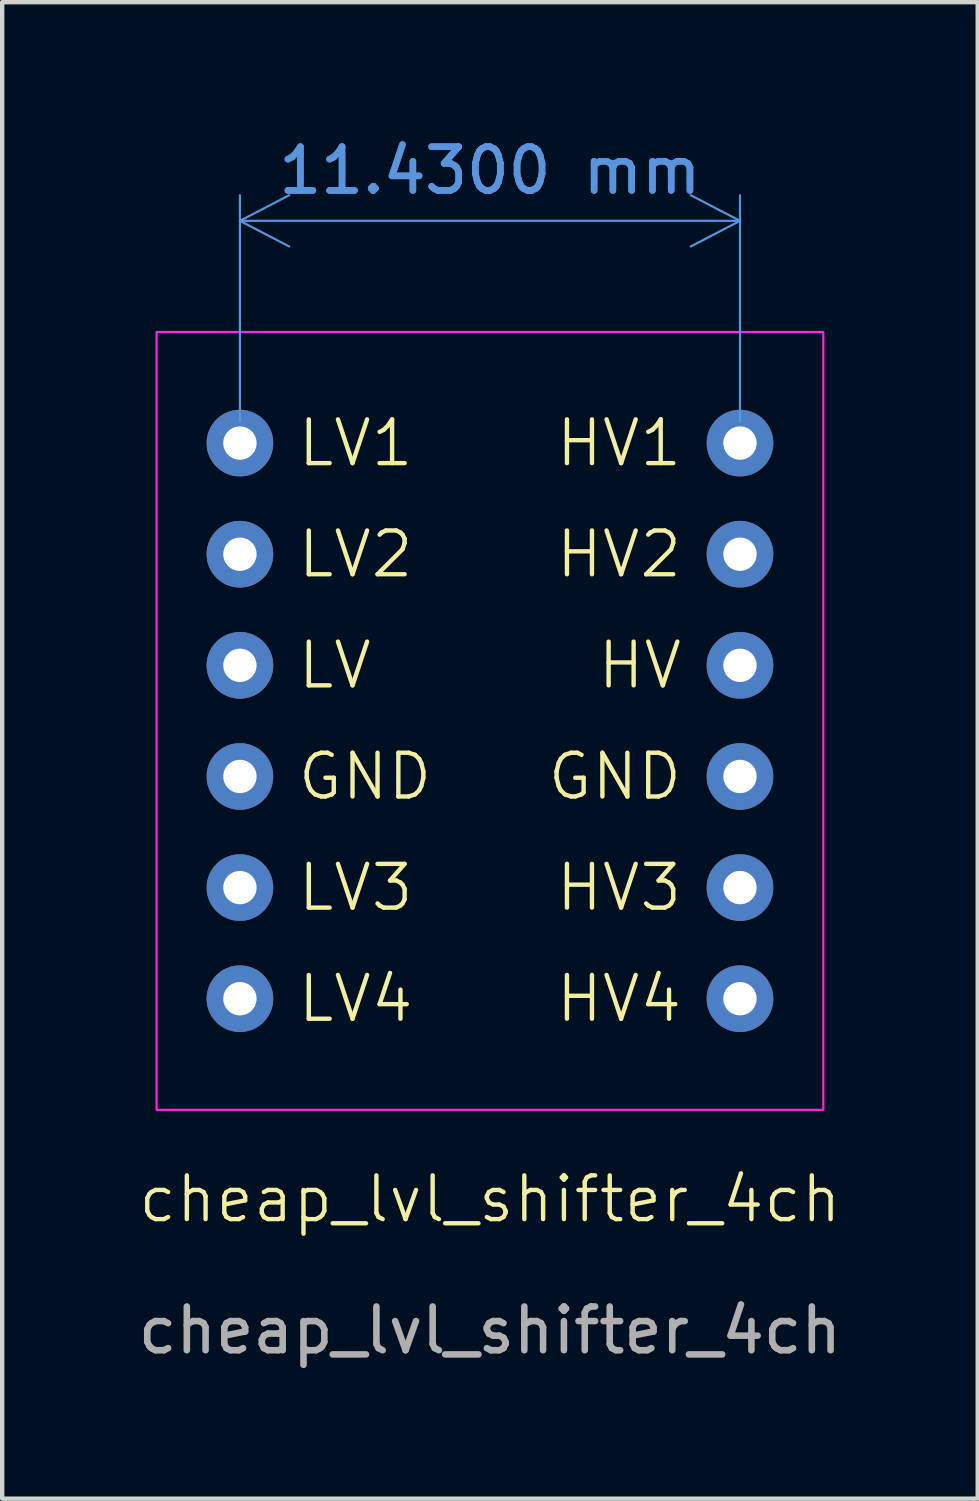
<source format=kicad_pcb>
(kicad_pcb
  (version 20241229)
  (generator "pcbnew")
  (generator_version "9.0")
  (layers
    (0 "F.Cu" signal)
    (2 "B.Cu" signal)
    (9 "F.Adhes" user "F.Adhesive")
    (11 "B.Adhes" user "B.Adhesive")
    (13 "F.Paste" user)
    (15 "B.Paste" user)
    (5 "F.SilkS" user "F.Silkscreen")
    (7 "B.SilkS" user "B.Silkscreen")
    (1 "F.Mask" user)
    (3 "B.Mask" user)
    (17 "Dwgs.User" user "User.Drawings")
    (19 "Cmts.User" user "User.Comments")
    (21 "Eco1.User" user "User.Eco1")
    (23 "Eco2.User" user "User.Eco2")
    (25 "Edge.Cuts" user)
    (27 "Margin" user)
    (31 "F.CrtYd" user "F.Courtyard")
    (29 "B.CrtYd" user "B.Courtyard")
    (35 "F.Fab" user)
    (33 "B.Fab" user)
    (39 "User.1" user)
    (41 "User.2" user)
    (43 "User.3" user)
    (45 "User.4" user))
  (footprint "cheap_lvl_shifter_4ch"
    (layer "F.Cu")
    (at 8.149 24.858)
    (property "Reference" "cheap_lvl_shifter_4ch" (at 0 -0.5 0) (unlocked yes) (layer "F.SilkS") (effects (font (size 1 1) (thickness 0.1))))
    (attr through_hole)
    (fp_rect (start -7.62 -20.32) (end 7.62 -2.54) (stroke (width 0.05) (type default)) (fill no) (layer "F.CrtYd"))
    (fp_text user "HV3" (at 4.445 -7.62 0) (unlocked yes) (layer "F.SilkS") (effects (font (size 1 1) (thickness 0.1)) (justify right)))
    (fp_text user "LV4" (at -4.445 -5.08 0) (unlocked yes) (layer "F.SilkS") (effects (font (size 1 1) (thickness 0.1)) (justify left)))
    (fp_text user "LV1" (at -4.445 -17.78 0) (unlocked yes) (layer "F.SilkS") (effects (font (size 1 1) (thickness 0.1)) (justify left)))
    (fp_text user "LV" (at -4.445 -12.7 0) (unlocked yes) (layer "F.SilkS") (effects (font (size 1 1) (thickness 0.1)) (justify left)))
    (fp_text user "HV4" (at 4.445 -5.08 0) (unlocked yes) (layer "F.SilkS") (effects (font (size 1 1) (thickness 0.1)) (justify right)))
    (fp_text user "GND" (at 4.445 -10.16 0) (unlocked yes) (layer "F.SilkS") (effects (font (size 1 1) (thickness 0.1)) (justify right)))
    (fp_text user "LV2" (at -4.445 -15.24 0) (unlocked yes) (layer "F.SilkS") (effects (font (size 1 1) (thickness 0.1)) (justify left)))
    (fp_text user "HV1" (at 4.445 -17.78 0) (unlocked yes) (layer "F.SilkS") (effects (font (size 1 1) (thickness 0.1)) (justify right)))
    (fp_text user "HV" (at 4.445 -12.7 0) (unlocked yes) (layer "F.SilkS") (effects (font (size 1 1) (thickness 0.1)) (justify right)))
    (fp_text user "GND" (at -4.445 -10.16 0) (unlocked yes) (layer "F.SilkS") (effects (font (size 1 1) (thickness 0.1)) (justify left)))
    (fp_text user "HV2" (at 4.445 -15.24 0) (unlocked yes) (layer "F.SilkS") (effects (font (size 1 1) (thickness 0.1)) (justify right)))
    (fp_text user "LV3" (at -4.445 -7.62 0) (unlocked yes) (layer "F.SilkS") (effects (font (size 1 1) (thickness 0.1)) (justify left)))
    (fp_text user "${REFERENCE}" (at 0 2.5 0) (unlocked yes) (layer "F.Fab") (effects (font (size 1 1) (thickness 0.15))))
    (dimension (type aligned) (layer "Cmts.User") (pts (xy 2.434 7.078) (xy 13.864 7.078)) (height -5.08) (format (prefix "") (suffix "") (units 3) (units_format 1) (precision 4)) (style (thickness 0.05) (arrow_length 1.27) (text_position_mode 0) (arrow_direction outward) (extension_height 0.586) (extension_offset 0.5) (keep_text_aligned yes)) (gr_text "11.4300 mm" (at 8.149 0.848 0) (layer "Cmts.User") (effects (font (size 1 1) (thickness 0.15)))))
    (pad "1" thru_hole circle (at -5.715 -17.78) (size 1.524 1.524) (drill 0.762) (layers "*.Cu" "*.Mask"))
    (pad "2" thru_hole circle (at -5.715 -15.24) (size 1.524 1.524) (drill 0.762) (layers "*.Cu" "*.Mask"))
    (pad "3" thru_hole circle (at -5.715 -12.7) (size 1.524 1.524) (drill 0.762) (layers "*.Cu" "*.Mask"))
    (pad "4" thru_hole circle (at -5.715 -10.16) (size 1.524 1.524) (drill 0.762) (layers "*.Cu" "*.Mask"))
    (pad "5" thru_hole circle (at -5.715 -7.62) (size 1.524 1.524) (drill 0.762) (layers "*.Cu" "*.Mask"))
    (pad "6" thru_hole circle (at -5.715 -5.08) (size 1.524 1.524) (drill 0.762) (layers "*.Cu" "*.Mask"))
    (pad "7" thru_hole circle (at 5.715 -5.08) (size 1.524 1.524) (drill 0.762) (layers "*.Cu" "*.Mask"))
    (pad "8" thru_hole circle (at 5.715 -7.62) (size 1.524 1.524) (drill 0.762) (layers "*.Cu" "*.Mask"))
    (pad "9" thru_hole circle (at 5.715 -10.16) (size 1.524 1.524) (drill 0.762) (layers "*.Cu" "*.Mask"))
    (pad "10" thru_hole circle (at 5.715 -12.7) (size 1.524 1.524) (drill 0.762) (layers "*.Cu" "*.Mask"))
    (pad "11" thru_hole circle (at 5.715 -15.24) (size 1.524 1.524) (drill 0.762) (layers "*.Cu" "*.Mask"))
    (pad "12" thru_hole circle (at 5.715 -17.78) (size 1.524 1.524) (drill 0.762) (layers "*.Cu" "*.Mask")))
  (gr_rect
    (start -3 -3)
    (end 19.298 31.206)
    (stroke (width 0.1) (type default))
    (fill no)
    (layer "Edge.Cuts")))
</source>
